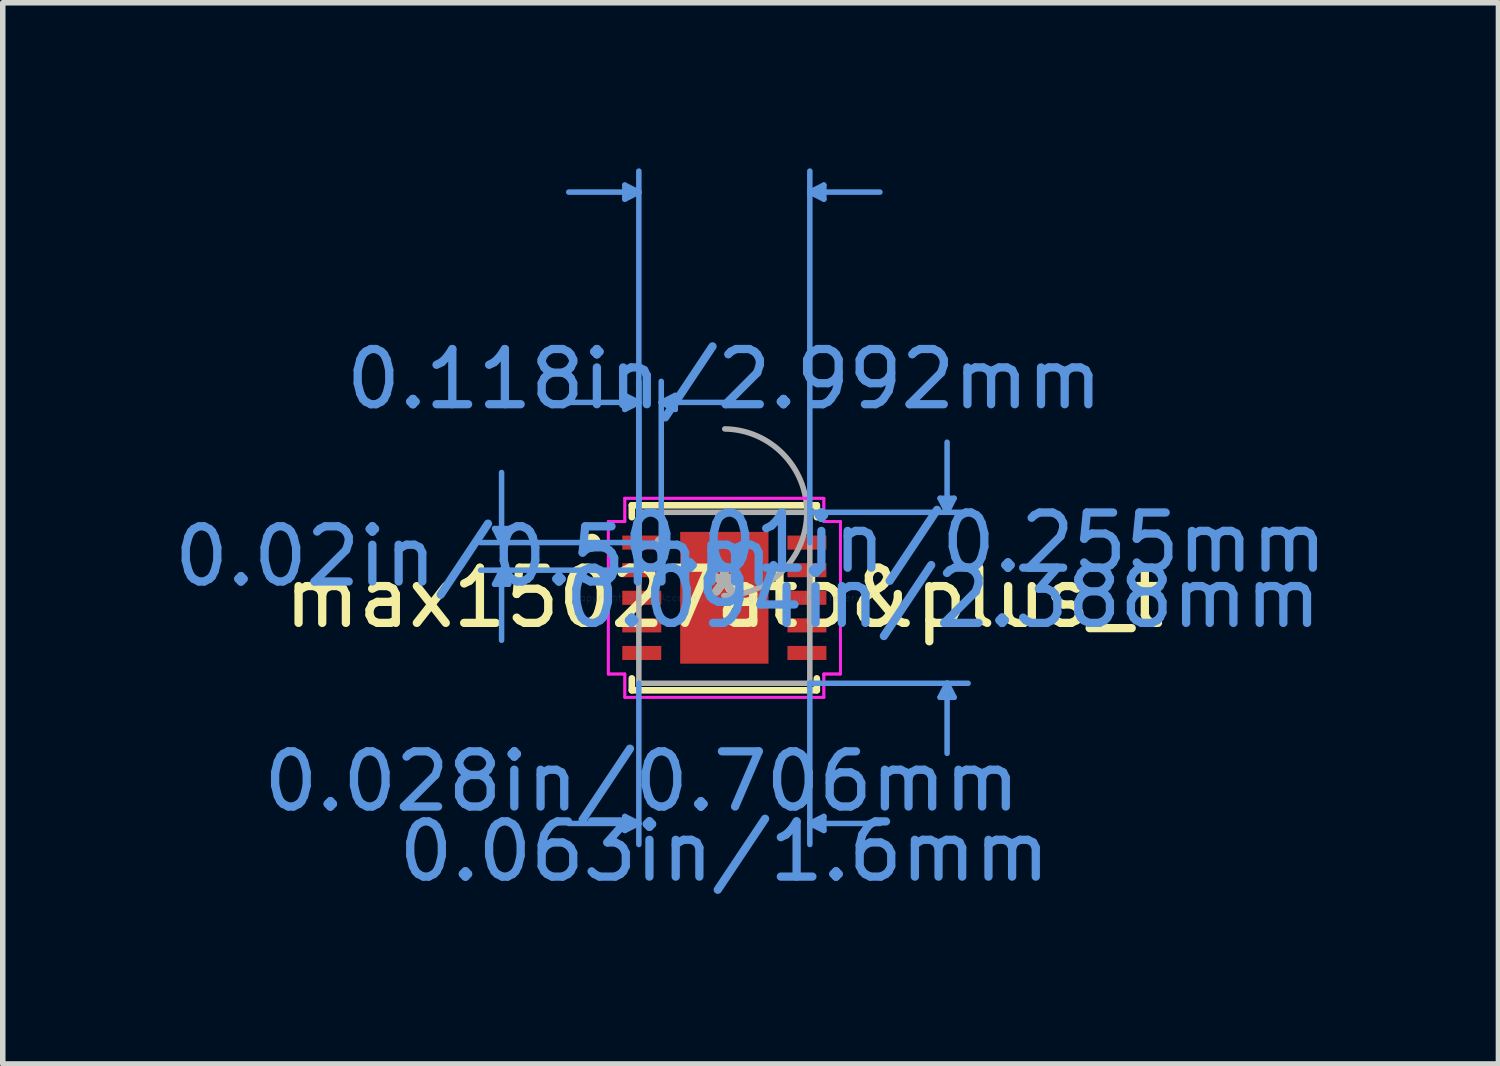
<source format=kicad_pcb>
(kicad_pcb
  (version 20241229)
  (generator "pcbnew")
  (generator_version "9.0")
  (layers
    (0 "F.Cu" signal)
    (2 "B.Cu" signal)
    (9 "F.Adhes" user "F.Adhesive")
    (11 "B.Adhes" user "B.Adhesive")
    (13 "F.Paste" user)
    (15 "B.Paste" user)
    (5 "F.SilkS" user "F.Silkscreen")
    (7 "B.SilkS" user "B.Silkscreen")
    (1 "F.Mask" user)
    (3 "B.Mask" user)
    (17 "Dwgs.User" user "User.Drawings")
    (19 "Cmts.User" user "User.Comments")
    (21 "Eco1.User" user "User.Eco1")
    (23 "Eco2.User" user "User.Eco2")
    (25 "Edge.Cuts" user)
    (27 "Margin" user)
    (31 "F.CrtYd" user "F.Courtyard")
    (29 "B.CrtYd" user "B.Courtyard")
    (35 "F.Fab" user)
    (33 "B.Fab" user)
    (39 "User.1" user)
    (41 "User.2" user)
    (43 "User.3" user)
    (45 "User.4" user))
  (footprint "max15027atb&plus_t"
    (layer "F.Cu")
    (at 10.074 7.781)
    (property "Reference" "max15027atb&plus_t" (at 0 0 0) (layer "F.SilkS") (effects (font (size 1 1) (thickness 0.15))))
    (attr through_hole)
    (fp_line (start -1.676 -1.676) (end -1.676 -1.46) (stroke (width 0.12) (type solid)) (layer "F.SilkS"))
    (fp_line (start -1.676 1.46) (end -1.676 1.676) (stroke (width 0.12) (type solid)) (layer "F.SilkS"))
    (fp_line (start -1.676 1.676) (end 1.676 1.676) (stroke (width 0.12) (type solid)) (layer "F.SilkS"))
    (fp_line (start 1.676 -1.676) (end -1.676 -1.676) (stroke (width 0.12) (type solid)) (layer "F.SilkS"))
    (fp_line (start 1.676 -1.46) (end 1.676 -1.676) (stroke (width 0.12) (type solid)) (layer "F.SilkS"))
    (fp_line (start 1.676 1.676) (end 1.676 1.46) (stroke (width 0.12) (type solid)) (layer "F.SilkS"))
    (fp_circle (center -2.4 -1) (end -2.299 -1) (stroke (width 0.12) (type solid)) (fill no) (layer "F.SilkS"))
    (fp_line (start -4.163 -1.254) (end -3.909 -1.254) (stroke (width 0.1) (type solid)) (layer "Cmts.User"))
    (fp_line (start -4.163 -0.246) (end -3.909 -0.246) (stroke (width 0.1) (type solid)) (layer "Cmts.User"))
    (fp_line (start -4.036 -1) (end -4.163 -1.254) (stroke (width 0.1) (type solid)) (layer "Cmts.User"))
    (fp_line (start -4.036 -1) (end -4.036 -2.27) (stroke (width 0.1) (type solid)) (layer "Cmts.User"))
    (fp_line (start -4.036 -1) (end -3.909 -1.254) (stroke (width 0.1) (type solid)) (layer "Cmts.User"))
    (fp_line (start -4.036 -0.5) (end -4.163 -0.246) (stroke (width 0.1) (type solid)) (layer "Cmts.User"))
    (fp_line (start -4.036 -0.5) (end -4.036 0.77) (stroke (width 0.1) (type solid)) (layer "Cmts.User"))
    (fp_line (start -4.036 -0.5) (end -3.909 -0.246) (stroke (width 0.1) (type solid)) (layer "Cmts.User"))
    (fp_line (start -1.803 -7.477) (end -1.803 -7.223) (stroke (width 0.1) (type solid)) (layer "Cmts.User"))
    (fp_line (start -1.803 -3.667) (end -1.803 -3.413) (stroke (width 0.1) (type solid)) (layer "Cmts.User"))
    (fp_line (start -1.803 3.962) (end -1.803 4.216) (stroke (width 0.1) (type solid)) (layer "Cmts.User"))
    (fp_line (start -1.549 -7.35) (end -2.819 -7.35) (stroke (width 0.1) (type solid)) (layer "Cmts.User"))
    (fp_line (start -1.549 -7.35) (end -1.803 -7.477) (stroke (width 0.1) (type solid)) (layer "Cmts.User"))
    (fp_line (start -1.549 -7.35) (end -1.803 -7.223) (stroke (width 0.1) (type solid)) (layer "Cmts.User"))
    (fp_line (start -1.549 -3.54) (end -2.819 -3.54) (stroke (width 0.1) (type solid)) (layer "Cmts.User"))
    (fp_line (start -1.549 -3.54) (end -1.803 -3.667) (stroke (width 0.1) (type solid)) (layer "Cmts.User"))
    (fp_line (start -1.549 -3.54) (end -1.803 -3.413) (stroke (width 0.1) (type solid)) (layer "Cmts.User"))
    (fp_line (start -1.549 -1) (end -1.549 -7.731) (stroke (width 0.1) (type solid)) (layer "Cmts.User"))
    (fp_line (start -1.549 -1) (end -1.549 -3.921) (stroke (width 0.1) (type solid)) (layer "Cmts.User"))
    (fp_line (start -1.549 1.549) (end -1.549 4.47) (stroke (width 0.1) (type solid)) (layer "Cmts.User"))
    (fp_line (start -1.549 4.089) (end -2.819 4.089) (stroke (width 0.1) (type solid)) (layer "Cmts.User"))
    (fp_line (start -1.549 4.089) (end -1.803 3.962) (stroke (width 0.1) (type solid)) (layer "Cmts.User"))
    (fp_line (start -1.549 4.089) (end -1.803 4.216) (stroke (width 0.1) (type solid)) (layer "Cmts.User"))
    (fp_line (start -1.496 -1) (end -4.417 -1) (stroke (width 0.1) (type solid)) (layer "Cmts.User"))
    (fp_line (start -1.496 -0.5) (end -4.417 -0.5) (stroke (width 0.1) (type solid)) (layer "Cmts.User"))
    (fp_line (start -1.143 -3.54) (end -0.889 -3.667) (stroke (width 0.1) (type solid)) (layer "Cmts.User"))
    (fp_line (start -1.143 -3.54) (end -0.889 -3.413) (stroke (width 0.1) (type solid)) (layer "Cmts.User"))
    (fp_line (start -1.143 -3.54) (end 0.127 -3.54) (stroke (width 0.1) (type solid)) (layer "Cmts.User"))
    (fp_line (start -1.143 -1) (end -1.143 -3.921) (stroke (width 0.1) (type solid)) (layer "Cmts.User"))
    (fp_line (start -0.889 -3.667) (end -0.889 -3.413) (stroke (width 0.1) (type solid)) (layer "Cmts.User"))
    (fp_line (start 1.549 -7.35) (end 1.803 -7.477) (stroke (width 0.1) (type solid)) (layer "Cmts.User"))
    (fp_line (start 1.549 -7.35) (end 1.803 -7.223) (stroke (width 0.1) (type solid)) (layer "Cmts.User"))
    (fp_line (start 1.549 -7.35) (end 2.819 -7.35) (stroke (width 0.1) (type solid)) (layer "Cmts.User"))
    (fp_line (start 1.549 -1.549) (end 4.417 -1.549) (stroke (width 0.1) (type solid)) (layer "Cmts.User"))
    (fp_line (start 1.549 -1) (end 1.549 -7.731) (stroke (width 0.1) (type solid)) (layer "Cmts.User"))
    (fp_line (start 1.549 1.549) (end 1.549 4.47) (stroke (width 0.1) (type solid)) (layer "Cmts.User"))
    (fp_line (start 1.549 1.549) (end 4.417 1.549) (stroke (width 0.1) (type solid)) (layer "Cmts.User"))
    (fp_line (start 1.549 4.089) (end 1.803 3.962) (stroke (width 0.1) (type solid)) (layer "Cmts.User"))
    (fp_line (start 1.549 4.089) (end 1.803 4.216) (stroke (width 0.1) (type solid)) (layer "Cmts.User"))
    (fp_line (start 1.549 4.089) (end 2.819 4.089) (stroke (width 0.1) (type solid)) (layer "Cmts.User"))
    (fp_line (start 1.803 -7.477) (end 1.803 -7.223) (stroke (width 0.1) (type solid)) (layer "Cmts.User"))
    (fp_line (start 1.803 3.962) (end 1.803 4.216) (stroke (width 0.1) (type solid)) (layer "Cmts.User"))
    (fp_line (start 3.909 -1.803) (end 4.163 -1.803) (stroke (width 0.1) (type solid)) (layer "Cmts.User"))
    (fp_line (start 3.909 1.803) (end 4.163 1.803) (stroke (width 0.1) (type solid)) (layer "Cmts.User"))
    (fp_line (start 4.036 -1.549) (end 3.909 -1.803) (stroke (width 0.1) (type solid)) (layer "Cmts.User"))
    (fp_line (start 4.036 -1.549) (end 4.036 -2.819) (stroke (width 0.1) (type solid)) (layer "Cmts.User"))
    (fp_line (start 4.036 -1.549) (end 4.163 -1.803) (stroke (width 0.1) (type solid)) (layer "Cmts.User"))
    (fp_line (start 4.036 1.549) (end 3.909 1.803) (stroke (width 0.1) (type solid)) (layer "Cmts.User"))
    (fp_line (start 4.036 1.549) (end 4.036 2.819) (stroke (width 0.1) (type solid)) (layer "Cmts.User"))
    (fp_line (start 4.036 1.549) (end 4.163 1.803) (stroke (width 0.1) (type solid)) (layer "Cmts.User"))
    (fp_line (start -2.103 -1.381) (end -1.803 -1.381) (stroke (width 0.05) (type solid)) (layer "F.CrtYd"))
    (fp_line (start -2.103 -1.381) (end -1.803 -1.381) (stroke (width 0.05) (type solid)) (layer "F.CrtYd"))
    (fp_line (start -2.103 1.381) (end -2.103 -1.381) (stroke (width 0.05) (type solid)) (layer "F.CrtYd"))
    (fp_line (start -2.103 1.381) (end -2.103 -1.381) (stroke (width 0.05) (type solid)) (layer "F.CrtYd"))
    (fp_line (start -2.103 1.381) (end -1.803 1.381) (stroke (width 0.05) (type solid)) (layer "F.CrtYd"))
    (fp_line (start -1.803 -1.803) (end 1.803 -1.803) (stroke (width 0.05) (type solid)) (layer "F.CrtYd"))
    (fp_line (start -1.803 -1.803) (end 1.803 -1.803) (stroke (width 0.05) (type solid)) (layer "F.CrtYd"))
    (fp_line (start -1.803 -1.381) (end -1.803 -1.803) (stroke (width 0.05) (type solid)) (layer "F.CrtYd"))
    (fp_line (start -1.803 -1.381) (end -1.803 -1.803) (stroke (width 0.05) (type solid)) (layer "F.CrtYd"))
    (fp_line (start -1.803 1.381) (end -2.103 1.381) (stroke (width 0.05) (type solid)) (layer "F.CrtYd"))
    (fp_line (start -1.803 1.803) (end -1.803 1.381) (stroke (width 0.05) (type solid)) (layer "F.CrtYd"))
    (fp_line (start -1.803 1.803) (end -1.803 1.381) (stroke (width 0.05) (type solid)) (layer "F.CrtYd"))
    (fp_line (start 1.803 -1.803) (end 1.803 -1.381) (stroke (width 0.05) (type solid)) (layer "F.CrtYd"))
    (fp_line (start 1.803 -1.803) (end 1.803 -1.381) (stroke (width 0.05) (type solid)) (layer "F.CrtYd"))
    (fp_line (start 1.803 -1.381) (end 2.103 -1.381) (stroke (width 0.05) (type solid)) (layer "F.CrtYd"))
    (fp_line (start 1.803 1.381) (end 1.803 1.803) (stroke (width 0.05) (type solid)) (layer "F.CrtYd"))
    (fp_line (start 1.803 1.381) (end 1.803 1.803) (stroke (width 0.05) (type solid)) (layer "F.CrtYd"))
    (fp_line (start 1.803 1.803) (end -1.803 1.803) (stroke (width 0.05) (type solid)) (layer "F.CrtYd"))
    (fp_line (start 1.803 1.803) (end -1.803 1.803) (stroke (width 0.05) (type solid)) (layer "F.CrtYd"))
    (fp_line (start 2.103 -1.381) (end 1.803 -1.381) (stroke (width 0.05) (type solid)) (layer "F.CrtYd"))
    (fp_line (start 2.103 -1.381) (end 2.103 1.381) (stroke (width 0.05) (type solid)) (layer "F.CrtYd"))
    (fp_line (start 2.103 -1.381) (end 2.103 1.381) (stroke (width 0.05) (type solid)) (layer "F.CrtYd"))
    (fp_line (start 2.103 1.381) (end 1.803 1.381) (stroke (width 0.05) (type solid)) (layer "F.CrtYd"))
    (fp_line (start 2.103 1.381) (end 1.803 1.381) (stroke (width 0.05) (type solid)) (layer "F.CrtYd"))
    (fp_line (start -1.549 -1.549) (end -1.549 1.549) (stroke (width 0.1) (type solid)) (layer "F.Fab"))
    (fp_line (start -1.549 1.549) (end 1.549 1.549) (stroke (width 0.1) (type solid)) (layer "F.Fab"))
    (fp_line (start 1.549 -1.549) (end -1.549 -1.549) (stroke (width 0.1) (type solid)) (layer "F.Fab"))
    (fp_line (start 1.549 1.549) (end 1.549 -1.549) (stroke (width 0.1) (type solid)) (layer "F.Fab"))
    (fp_arc (start 0.007742 -3.059445) (mid 1.510045 -1.541658) (end -0.007742 -0.039355) (stroke (width 0.1) (type solid)) (layer "F.Fab"))
    (fp_circle (center -1.143 -1) (end -1.067 -1) (stroke (width 0.1) (type solid)) (fill no) (layer "F.Fab"))
    (fp_text user "*" (at 0 0 0) (layer "F.SilkS") (effects (font (size 1 1) (thickness 0.15))))
    (fp_text user "0.094in/2.388mm" (at 3.962 0 0) (layer "Cmts.User") (effects (font (size 1 1) (thickness 0.15))))
    (fp_text user "0.01in/0.255mm" (at 4.544 -1 0) (layer "Cmts.User") (effects (font (size 1 1) (thickness 0.15))))
    (fp_text user "0.063in/1.6mm" (at 0 4.597 0) (layer "Cmts.User") (effects (font (size 1 1) (thickness 0.15))))
    (fp_text user "Copyright 2021 Accelerated Designs. All rights reserved." (at 0 0 0) (layer "Cmts.User") (effects (font (size 0.127 0.127) (thickness 0.002))))
    (fp_text user "0.118in/2.992mm" (at 0 -3.962 0) (layer "Cmts.User") (effects (font (size 1 1) (thickness 0.15))))
    (fp_text user "0.028in/0.706mm" (at -1.496 3.327 0) (layer "Cmts.User") (effects (font (size 1 1) (thickness 0.15))))
    (fp_text user "0.02in/0.5mm" (at -4.544 -0.75 0) (layer "Cmts.User") (effects (font (size 1 1) (thickness 0.15))))
    (fp_text user "*" (at 0 0 0) (layer "F.Fab") (effects (font (size 1 1) (thickness 0.15))))
    (pad "1" smd rect (at -1.496 -1) (size 0.706 0.255) (layers "F.Cu" "F.Mask" "F.Paste"))
    (pad "2" smd rect (at -1.496 -0.5) (size 0.706 0.255) (layers "F.Cu" "F.Mask" "F.Paste"))
    (pad "3" smd rect (at -1.496 0) (size 0.706 0.255) (layers "F.Cu" "F.Mask" "F.Paste"))
    (pad "4" smd rect (at -1.496 0.5) (size 0.706 0.255) (layers "F.Cu" "F.Mask" "F.Paste"))
    (pad "5" smd rect (at -1.496 1) (size 0.706 0.255) (layers "F.Cu" "F.Mask" "F.Paste"))
    (pad "6" smd rect (at 1.496 1) (size 0.706 0.255) (layers "F.Cu" "F.Mask" "F.Paste"))
    (pad "7" smd rect (at 1.496 0.5) (size 0.706 0.255) (layers "F.Cu" "F.Mask" "F.Paste"))
    (pad "8" smd rect (at 1.496 0) (size 0.706 0.255) (layers "F.Cu" "F.Mask" "F.Paste"))
    (pad "9" smd rect (at 1.496 -0.5) (size 0.706 0.255) (layers "F.Cu" "F.Mask" "F.Paste"))
    (pad "10" smd rect (at 1.496 -1) (size 0.706 0.255) (layers "F.Cu" "F.Mask" "F.Paste"))
    (pad "11" smd rect (at 0 0) (size 1.6 2.388) (layers "F.Cu" "F.Mask" "F.Paste")))
  (gr_rect
    (start -3 -3)
    (end 24.1 16.227)
    (stroke (width 0.1) (type default))
    (fill no)
    (layer "Edge.Cuts")))
</source>
